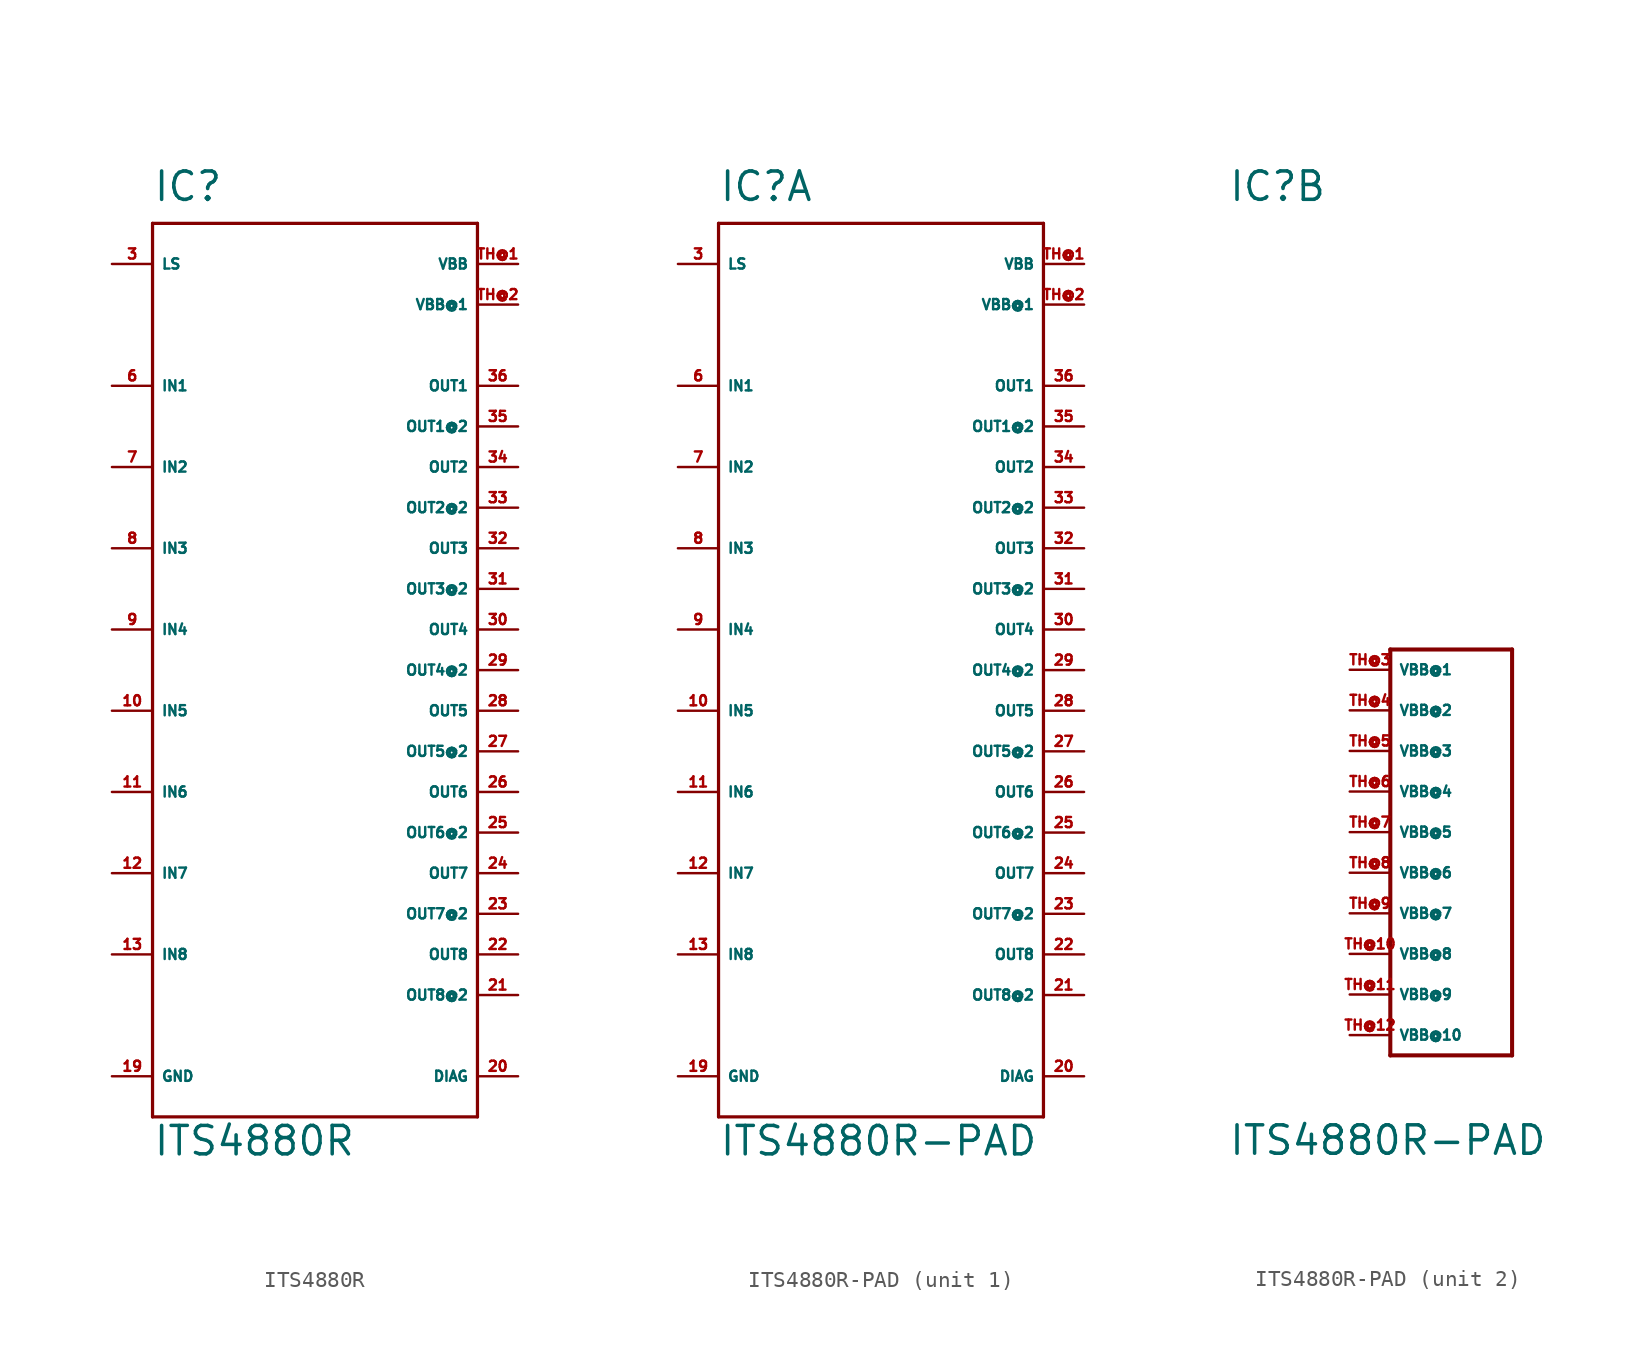
<source format=kicad_sym>
(kicad_symbol_lib
  (version 20220914)
  (generator Eagle2Kicad)
  (symbol "ITS4880R"
    (property "Reference" "IC"
      (at -10.16 29.21 0)
      (effects (font (size 1.778 1.778) (thickness 0.22)) (justify left bottom)))
    (property "Value" "ITS4880R"
      (at -10.16 -30.48 0)
      (effects (font (size 1.778 1.778) (thickness 0.22)) (justify left bottom)))
    (polyline
      (pts (xy -10.16 27.94) (xy 10.16 27.94))
      (stroke (width 0.203) (type default))
      (fill (type none)))
    (polyline
      (pts (xy 10.16 27.94) (xy 10.16 -27.94))
      (stroke (width 0.203) (type default))
      (fill (type none)))
    (polyline
      (pts (xy 10.16 -27.94) (xy -10.16 -27.94))
      (stroke (width 0.203) (type default))
      (fill (type none)))
    (polyline
      (pts (xy -10.16 -27.94) (xy -10.16 27.94))
      (stroke (width 0.203) (type default))
      (fill (type none)))
    (pin output line
      (at 12.7 -25.4 180)
      (length 2.54)
      (name "DIAG" (effects (font (size 0.635 0.635) (thickness 0.08)) (justify left bottom)))
      (number "20" (effects (font (size 0.635 0.635) (thickness 0.08)) (justify left bottom))))
    (pin input line
      (at -12.7 25.4 0)
      (length 2.54)
      (name "LS" (effects (font (size 0.635 0.635) (thickness 0.08)) (justify left bottom)))
      (number "3" (effects (font (size 0.635 0.635) (thickness 0.08)) (justify left bottom))))
    (pin input line
      (at -12.7 17.78 0)
      (length 2.54)
      (name "IN1" (effects (font (size 0.635 0.635) (thickness 0.08)) (justify left bottom)))
      (number "6" (effects (font (size 0.635 0.635) (thickness 0.08)) (justify left bottom))))
    (pin input line
      (at -12.7 12.7 0)
      (length 2.54)
      (name "IN2" (effects (font (size 0.635 0.635) (thickness 0.08)) (justify left bottom)))
      (number "7" (effects (font (size 0.635 0.635) (thickness 0.08)) (justify left bottom))))
    (pin input line
      (at -12.7 7.62 0)
      (length 2.54)
      (name "IN3" (effects (font (size 0.635 0.635) (thickness 0.08)) (justify left bottom)))
      (number "8" (effects (font (size 0.635 0.635) (thickness 0.08)) (justify left bottom))))
    (pin input line
      (at -12.7 2.54 0)
      (length 2.54)
      (name "IN4" (effects (font (size 0.635 0.635) (thickness 0.08)) (justify left bottom)))
      (number "9" (effects (font (size 0.635 0.635) (thickness 0.08)) (justify left bottom))))
    (pin input line
      (at -12.7 -2.54 0)
      (length 2.54)
      (name "IN5" (effects (font (size 0.635 0.635) (thickness 0.08)) (justify left bottom)))
      (number "10" (effects (font (size 0.635 0.635) (thickness 0.08)) (justify left bottom))))
    (pin input line
      (at -12.7 -7.62 0)
      (length 2.54)
      (name "IN6" (effects (font (size 0.635 0.635) (thickness 0.08)) (justify left bottom)))
      (number "11" (effects (font (size 0.635 0.635) (thickness 0.08)) (justify left bottom))))
    (pin input line
      (at -12.7 -12.7 0)
      (length 2.54)
      (name "IN7" (effects (font (size 0.635 0.635) (thickness 0.08)) (justify left bottom)))
      (number "12" (effects (font (size 0.635 0.635) (thickness 0.08)) (justify left bottom))))
    (pin input line
      (at -12.7 -17.78 0)
      (length 2.54)
      (name "IN8" (effects (font (size 0.635 0.635) (thickness 0.08)) (justify left bottom)))
      (number "13" (effects (font (size 0.635 0.635) (thickness 0.08)) (justify left bottom))))
    (pin output line
      (at 12.7 17.78 180)
      (length 2.54)
      (name "OUT1" (effects (font (size 0.635 0.635) (thickness 0.08)) (justify left bottom)))
      (number "36" (effects (font (size 0.635 0.635) (thickness 0.08)) (justify left bottom))))
    (pin output line
      (at 12.7 12.7 180)
      (length 2.54)
      (name "OUT2" (effects (font (size 0.635 0.635) (thickness 0.08)) (justify left bottom)))
      (number "34" (effects (font (size 0.635 0.635) (thickness 0.08)) (justify left bottom))))
    (pin output line
      (at 12.7 7.62 180)
      (length 2.54)
      (name "OUT3" (effects (font (size 0.635 0.635) (thickness 0.08)) (justify left bottom)))
      (number "32" (effects (font (size 0.635 0.635) (thickness 0.08)) (justify left bottom))))
    (pin output line
      (at 12.7 2.54 180)
      (length 2.54)
      (name "OUT4" (effects (font (size 0.635 0.635) (thickness 0.08)) (justify left bottom)))
      (number "30" (effects (font (size 0.635 0.635) (thickness 0.08)) (justify left bottom))))
    (pin output line
      (at 12.7 -2.54 180)
      (length 2.54)
      (name "OUT5" (effects (font (size 0.635 0.635) (thickness 0.08)) (justify left bottom)))
      (number "28" (effects (font (size 0.635 0.635) (thickness 0.08)) (justify left bottom))))
    (pin output line
      (at 12.7 -7.62 180)
      (length 2.54)
      (name "OUT6" (effects (font (size 0.635 0.635) (thickness 0.08)) (justify left bottom)))
      (number "26" (effects (font (size 0.635 0.635) (thickness 0.08)) (justify left bottom))))
    (pin output line
      (at 12.7 -12.7 180)
      (length 2.54)
      (name "OUT7" (effects (font (size 0.635 0.635) (thickness 0.08)) (justify left bottom)))
      (number "24" (effects (font (size 0.635 0.635) (thickness 0.08)) (justify left bottom))))
    (pin output line
      (at 12.7 -17.78 180)
      (length 2.54)
      (name "OUT8" (effects (font (size 0.635 0.635) (thickness 0.08)) (justify left bottom)))
      (number "22" (effects (font (size 0.635 0.635) (thickness 0.08)) (justify left bottom))))
    (pin input line
      (at 12.7 25.4 180)
      (length 2.54)
      (name "VBB" (effects (font (size 0.635 0.635) (thickness 0.08)) (justify left bottom)))
      (number "TH@1" (effects (font (size 0.635 0.635) (thickness 0.08)) (justify left bottom))))
    (pin unspecified line
      (at -12.7 -25.4 0)
      (length 2.54)
      (name "GND" (effects (font (size 0.635 0.635) (thickness 0.08)) (justify left bottom)))
      (number "19" (effects (font (size 0.635 0.635) (thickness 0.08)) (justify left bottom))))
    (pin input line
      (at 12.7 22.86 180)
      (length 2.54)
      (name "VBB@1" (effects (font (size 0.635 0.635) (thickness 0.08)) (justify left bottom)))
      (number "TH@2" (effects (font (size 0.635 0.635) (thickness 0.08)) (justify left bottom))))
    (pin output line
      (at 12.7 15.24 180)
      (length 2.54)
      (name "OUT1@2" (effects (font (size 0.635 0.635) (thickness 0.08)) (justify left bottom)))
      (number "35" (effects (font (size 0.635 0.635) (thickness 0.08)) (justify left bottom))))
    (pin output line
      (at 12.7 10.16 180)
      (length 2.54)
      (name "OUT2@2" (effects (font (size 0.635 0.635) (thickness 0.08)) (justify left bottom)))
      (number "33" (effects (font (size 0.635 0.635) (thickness 0.08)) (justify left bottom))))
    (pin output line
      (at 12.7 5.08 180)
      (length 2.54)
      (name "OUT3@2" (effects (font (size 0.635 0.635) (thickness 0.08)) (justify left bottom)))
      (number "31" (effects (font (size 0.635 0.635) (thickness 0.08)) (justify left bottom))))
    (pin output line
      (at 12.7 0 180)
      (length 2.54)
      (name "OUT4@2" (effects (font (size 0.635 0.635) (thickness 0.08)) (justify left bottom)))
      (number "29" (effects (font (size 0.635 0.635) (thickness 0.08)) (justify left bottom))))
    (pin output line
      (at 12.7 -5.08 180)
      (length 2.54)
      (name "OUT5@2" (effects (font (size 0.635 0.635) (thickness 0.08)) (justify left bottom)))
      (number "27" (effects (font (size 0.635 0.635) (thickness 0.08)) (justify left bottom))))
    (pin output line
      (at 12.7 -10.16 180)
      (length 2.54)
      (name "OUT6@2" (effects (font (size 0.635 0.635) (thickness 0.08)) (justify left bottom)))
      (number "25" (effects (font (size 0.635 0.635) (thickness 0.08)) (justify left bottom))))
    (pin output line
      (at 12.7 -15.24 180)
      (length 2.54)
      (name "OUT7@2" (effects (font (size 0.635 0.635) (thickness 0.08)) (justify left bottom)))
      (number "23" (effects (font (size 0.635 0.635) (thickness 0.08)) (justify left bottom))))
    (pin output line
      (at 12.7 -20.32 180)
      (length 2.54)
      (name "OUT8@2" (effects (font (size 0.635 0.635) (thickness 0.08)) (justify left bottom)))
      (number "21" (effects (font (size 0.635 0.635) (thickness 0.08)) (justify left bottom)))))
  (symbol "ITS4880R-PAD"
    (property "Reference" "IC"
      (at -10.16 29.21 0)
      (effects (font (size 1.778 1.778) (thickness 0.22)) (justify left bottom)))
    (property "Value" "ITS4880R-PAD"
      (at -10.16 -30.48 0)
      (effects (font (size 1.778 1.778) (thickness 0.22)) (justify left bottom)))
    (symbol "ITS4880R-PAD_1_0"
      (polyline (pts (xy -10.16 27.94) (xy 10.16 27.94)) (stroke (width 0.203) (type default)) (fill (type none)))
      (polyline (pts (xy 10.16 27.94) (xy 10.16 -27.94)) (stroke (width 0.203) (type default)) (fill (type none)))
      (polyline (pts (xy 10.16 -27.94) (xy -10.16 -27.94)) (stroke (width 0.203) (type default)) (fill (type none)))
      (polyline (pts (xy -10.16 -27.94) (xy -10.16 27.94)) (stroke (width 0.203) (type default)) (fill (type none)))
      (pin output line (at 12.7 -25.4 180) (length 2.54) (name "DIAG" (effects (font (size 0.635 0.635) (thickness 0.08)) (justify left bottom))) (number "20" (effects (font (size 0.635 0.635) (thickness 0.08)) (justify left bottom))))
      (pin input line (at -12.7 25.4 0) (length 2.54) (name "LS" (effects (font (size 0.635 0.635) (thickness 0.08)) (justify left bottom))) (number "3" (effects (font (size 0.635 0.635) (thickness 0.08)) (justify left bottom))))
      (pin input line (at -12.7 17.78 0) (length 2.54) (name "IN1" (effects (font (size 0.635 0.635) (thickness 0.08)) (justify left bottom))) (number "6" (effects (font (size 0.635 0.635) (thickness 0.08)) (justify left bottom))))
      (pin input line (at -12.7 12.7 0) (length 2.54) (name "IN2" (effects (font (size 0.635 0.635) (thickness 0.08)) (justify left bottom))) (number "7" (effects (font (size 0.635 0.635) (thickness 0.08)) (justify left bottom))))
      (pin input line (at -12.7 7.62 0) (length 2.54) (name "IN3" (effects (font (size 0.635 0.635) (thickness 0.08)) (justify left bottom))) (number "8" (effects (font (size 0.635 0.635) (thickness 0.08)) (justify left bottom))))
      (pin input line (at -12.7 2.54 0) (length 2.54) (name "IN4" (effects (font (size 0.635 0.635) (thickness 0.08)) (justify left bottom))) (number "9" (effects (font (size 0.635 0.635) (thickness 0.08)) (justify left bottom))))
      (pin input line (at -12.7 -2.54 0) (length 2.54) (name "IN5" (effects (font (size 0.635 0.635) (thickness 0.08)) (justify left bottom))) (number "10" (effects (font (size 0.635 0.635) (thickness 0.08)) (justify left bottom))))
      (pin input line (at -12.7 -7.62 0) (length 2.54) (name "IN6" (effects (font (size 0.635 0.635) (thickness 0.08)) (justify left bottom))) (number "11" (effects (font (size 0.635 0.635) (thickness 0.08)) (justify left bottom))))
      (pin input line (at -12.7 -12.7 0) (length 2.54) (name "IN7" (effects (font (size 0.635 0.635) (thickness 0.08)) (justify left bottom))) (number "12" (effects (font (size 0.635 0.635) (thickness 0.08)) (justify left bottom))))
      (pin input line (at -12.7 -17.78 0) (length 2.54) (name "IN8" (effects (font (size 0.635 0.635) (thickness 0.08)) (justify left bottom))) (number "13" (effects (font (size 0.635 0.635) (thickness 0.08)) (justify left bottom))))
      (pin output line (at 12.7 17.78 180) (length 2.54) (name "OUT1" (effects (font (size 0.635 0.635) (thickness 0.08)) (justify left bottom))) (number "36" (effects (font (size 0.635 0.635) (thickness 0.08)) (justify left bottom))))
      (pin output line (at 12.7 12.7 180) (length 2.54) (name "OUT2" (effects (font (size 0.635 0.635) (thickness 0.08)) (justify left bottom))) (number "34" (effects (font (size 0.635 0.635) (thickness 0.08)) (justify left bottom))))
      (pin output line (at 12.7 7.62 180) (length 2.54) (name "OUT3" (effects (font (size 0.635 0.635) (thickness 0.08)) (justify left bottom))) (number "32" (effects (font (size 0.635 0.635) (thickness 0.08)) (justify left bottom))))
      (pin output line (at 12.7 2.54 180) (length 2.54) (name "OUT4" (effects (font (size 0.635 0.635) (thickness 0.08)) (justify left bottom))) (number "30" (effects (font (size 0.635 0.635) (thickness 0.08)) (justify left bottom))))
      (pin output line (at 12.7 -2.54 180) (length 2.54) (name "OUT5" (effects (font (size 0.635 0.635) (thickness 0.08)) (justify left bottom))) (number "28" (effects (font (size 0.635 0.635) (thickness 0.08)) (justify left bottom))))
      (pin output line (at 12.7 -7.62 180) (length 2.54) (name "OUT6" (effects (font (size 0.635 0.635) (thickness 0.08)) (justify left bottom))) (number "26" (effects (font (size 0.635 0.635) (thickness 0.08)) (justify left bottom))))
      (pin output line (at 12.7 -12.7 180) (length 2.54) (name "OUT7" (effects (font (size 0.635 0.635) (thickness 0.08)) (justify left bottom))) (number "24" (effects (font (size 0.635 0.635) (thickness 0.08)) (justify left bottom))))
      (pin output line (at 12.7 -17.78 180) (length 2.54) (name "OUT8" (effects (font (size 0.635 0.635) (thickness 0.08)) (justify left bottom))) (number "22" (effects (font (size 0.635 0.635) (thickness 0.08)) (justify left bottom))))
      (pin input line (at 12.7 25.4 180) (length 2.54) (name "VBB" (effects (font (size 0.635 0.635) (thickness 0.08)) (justify left bottom))) (number "TH@1" (effects (font (size 0.635 0.635) (thickness 0.08)) (justify left bottom))))
      (pin unspecified line (at -12.7 -25.4 0) (length 2.54) (name "GND" (effects (font (size 0.635 0.635) (thickness 0.08)) (justify left bottom))) (number "19" (effects (font (size 0.635 0.635) (thickness 0.08)) (justify left bottom))))
      (pin input line (at 12.7 22.86 180) (length 2.54) (name "VBB@1" (effects (font (size 0.635 0.635) (thickness 0.08)) (justify left bottom))) (number "TH@2" (effects (font (size 0.635 0.635) (thickness 0.08)) (justify left bottom))))
      (pin output line (at 12.7 15.24 180) (length 2.54) (name "OUT1@2" (effects (font (size 0.635 0.635) (thickness 0.08)) (justify left bottom))) (number "35" (effects (font (size 0.635 0.635) (thickness 0.08)) (justify left bottom))))
      (pin output line (at 12.7 10.16 180) (length 2.54) (name "OUT2@2" (effects (font (size 0.635 0.635) (thickness 0.08)) (justify left bottom))) (number "33" (effects (font (size 0.635 0.635) (thickness 0.08)) (justify left bottom))))
      (pin output line (at 12.7 5.08 180) (length 2.54) (name "OUT3@2" (effects (font (size 0.635 0.635) (thickness 0.08)) (justify left bottom))) (number "31" (effects (font (size 0.635 0.635) (thickness 0.08)) (justify left bottom))))
      (pin output line (at 12.7 0 180) (length 2.54) (name "OUT4@2" (effects (font (size 0.635 0.635) (thickness 0.08)) (justify left bottom))) (number "29" (effects (font (size 0.635 0.635) (thickness 0.08)) (justify left bottom))))
      (pin output line (at 12.7 -5.08 180) (length 2.54) (name "OUT5@2" (effects (font (size 0.635 0.635) (thickness 0.08)) (justify left bottom))) (number "27" (effects (font (size 0.635 0.635) (thickness 0.08)) (justify left bottom))))
      (pin output line (at 12.7 -10.16 180) (length 2.54) (name "OUT6@2" (effects (font (size 0.635 0.635) (thickness 0.08)) (justify left bottom))) (number "25" (effects (font (size 0.635 0.635) (thickness 0.08)) (justify left bottom))))
      (pin output line (at 12.7 -15.24 180) (length 2.54) (name "OUT7@2" (effects (font (size 0.635 0.635) (thickness 0.08)) (justify left bottom))) (number "23" (effects (font (size 0.635 0.635) (thickness 0.08)) (justify left bottom))))
      (pin output line (at 12.7 -20.32 180) (length 2.54) (name "OUT8@2" (effects (font (size 0.635 0.635) (thickness 0.08)) (justify left bottom))) (number "21" (effects (font (size 0.635 0.635) (thickness 0.08)) (justify left bottom)))))
    (symbol "ITS4880R-PAD_2_0"
      (polyline (pts (xy 0 1.27) (xy 7.62 1.27)) (stroke (width 0.254) (type default)) (fill (type none)))
      (polyline (pts (xy 7.62 1.27) (xy 7.62 -24.13)) (stroke (width 0.254) (type default)) (fill (type none)))
      (polyline (pts (xy 7.62 -24.13) (xy 0 -24.13)) (stroke (width 0.254) (type default)) (fill (type none)))
      (polyline (pts (xy 0 -24.13) (xy 0 1.27)) (stroke (width 0.254) (type default)) (fill (type none)))
      (pin passive line (at -2.54 0 0) (length 2.54) (name "VBB@1" (effects (font (size 0.635 0.635) (thickness 0.08)) (justify left bottom))) (number "TH@3" (effects (font (size 0.635 0.635) (thickness 0.08)) (justify left bottom))))
      (pin passive line (at -2.54 -2.54 0) (length 2.54) (name "VBB@2" (effects (font (size 0.635 0.635) (thickness 0.08)) (justify left bottom))) (number "TH@4" (effects (font (size 0.635 0.635) (thickness 0.08)) (justify left bottom))))
      (pin passive line (at -2.54 -5.08 0) (length 2.54) (name "VBB@3" (effects (font (size 0.635 0.635) (thickness 0.08)) (justify left bottom))) (number "TH@5" (effects (font (size 0.635 0.635) (thickness 0.08)) (justify left bottom))))
      (pin passive line (at -2.54 -7.62 0) (length 2.54) (name "VBB@4" (effects (font (size 0.635 0.635) (thickness 0.08)) (justify left bottom))) (number "TH@6" (effects (font (size 0.635 0.635) (thickness 0.08)) (justify left bottom))))
      (pin passive line (at -2.54 -10.16 0) (length 2.54) (name "VBB@5" (effects (font (size 0.635 0.635) (thickness 0.08)) (justify left bottom))) (number "TH@7" (effects (font (size 0.635 0.635) (thickness 0.08)) (justify left bottom))))
      (pin passive line (at -2.54 -12.7 0) (length 2.54) (name "VBB@6" (effects (font (size 0.635 0.635) (thickness 0.08)) (justify left bottom))) (number "TH@8" (effects (font (size 0.635 0.635) (thickness 0.08)) (justify left bottom))))
      (pin passive line (at -2.54 -15.24 0) (length 2.54) (name "VBB@7" (effects (font (size 0.635 0.635) (thickness 0.08)) (justify left bottom))) (number "TH@9" (effects (font (size 0.635 0.635) (thickness 0.08)) (justify left bottom))))
      (pin passive line (at -2.54 -17.78 0) (length 2.54) (name "VBB@8" (effects (font (size 0.635 0.635) (thickness 0.08)) (justify left bottom))) (number "TH@10" (effects (font (size 0.635 0.635) (thickness 0.08)) (justify left bottom))))
      (pin passive line (at -2.54 -20.32 0) (length 2.54) (name "VBB@9" (effects (font (size 0.635 0.635) (thickness 0.08)) (justify left bottom))) (number "TH@11" (effects (font (size 0.635 0.635) (thickness 0.08)) (justify left bottom))))
      (pin passive line (at -2.54 -22.86 0) (length 2.54) (name "VBB@10" (effects (font (size 0.635 0.635) (thickness 0.08)) (justify left bottom))) (number "TH@12" (effects (font (size 0.635 0.635) (thickness 0.08)) (justify left bottom)))))))
</source>
